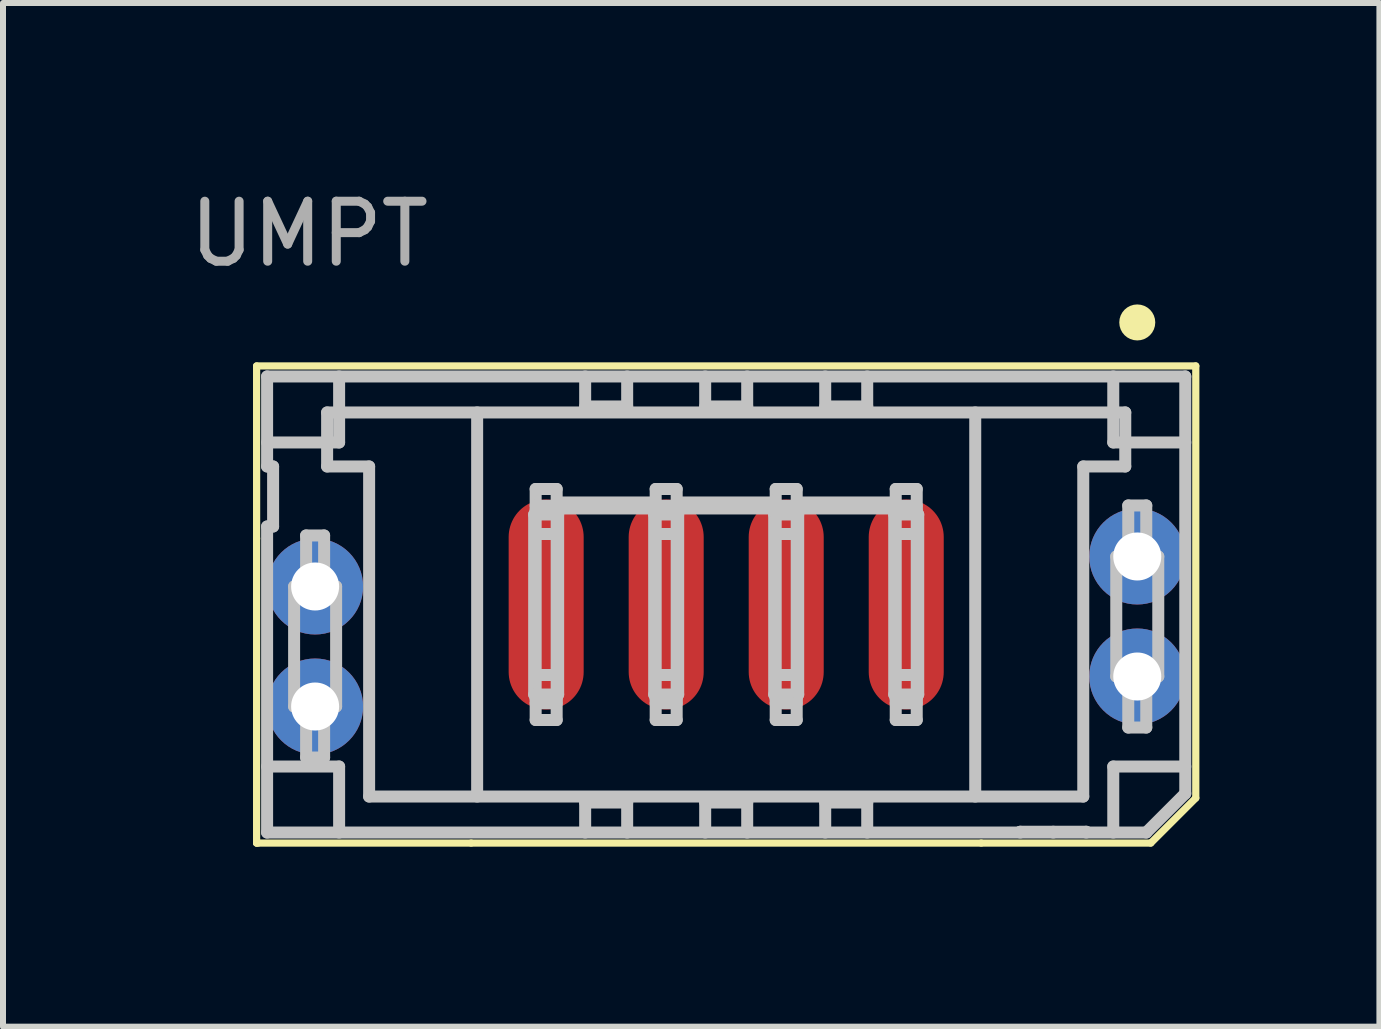
<source format=kicad_pcb>
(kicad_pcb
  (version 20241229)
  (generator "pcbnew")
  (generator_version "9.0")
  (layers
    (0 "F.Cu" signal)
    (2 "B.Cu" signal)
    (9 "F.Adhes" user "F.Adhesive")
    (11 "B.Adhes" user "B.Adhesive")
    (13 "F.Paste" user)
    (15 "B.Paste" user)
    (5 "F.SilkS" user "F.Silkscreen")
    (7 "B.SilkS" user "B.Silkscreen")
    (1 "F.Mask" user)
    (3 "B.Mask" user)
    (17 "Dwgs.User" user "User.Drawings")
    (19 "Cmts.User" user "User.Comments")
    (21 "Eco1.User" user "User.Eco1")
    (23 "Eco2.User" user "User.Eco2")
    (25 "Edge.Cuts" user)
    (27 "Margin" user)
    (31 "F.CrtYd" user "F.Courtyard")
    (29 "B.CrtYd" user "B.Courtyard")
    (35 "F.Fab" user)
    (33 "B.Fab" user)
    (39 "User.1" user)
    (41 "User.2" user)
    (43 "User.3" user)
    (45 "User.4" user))
  (footprint "UMPT"
    (layer "F.Cu")
    (at 9.051 7.023)
    (property "Reference" "UMPT" (at -6.95 -6.175 0) (layer "F.Fab") (effects (font (size 1 1) (thickness 0.15))))
    (attr through_hole)
    (fp_line (start -7.825 -3.975) (end 7.825 -3.975) (stroke (width 0.12) (type solid)) (layer "F.SilkS"))
    (fp_line (start -7.825 -3.95) (end -7.825 -3.975) (stroke (width 0.12) (type solid)) (layer "F.SilkS"))
    (fp_line (start -7.825 -1.1) (end -7.825 -3.95) (stroke (width 0.12) (type solid)) (layer "F.SilkS"))
    (fp_line (start -7.825 3.975) (end -7.825 -1.1) (stroke (width 0.12) (type solid)) (layer "F.SilkS"))
    (fp_line (start -7.825 3.975) (end -4.25 3.975) (stroke (width 0.12) (type solid)) (layer "F.SilkS"))
    (fp_line (start -7.8 3.975) (end -7.825 3.975) (stroke (width 0.12) (type solid)) (layer "F.SilkS"))
    (fp_line (start -4.25 3.975) (end 4.25 3.975) (stroke (width 0.12) (type solid)) (layer "F.SilkS"))
    (fp_line (start 7.075 3.975) (end 4.25 3.975) (stroke (width 0.12) (type solid)) (layer "F.SilkS"))
    (fp_line (start 7.825 -3.975) (end 7.825 3.225) (stroke (width 0.12) (type solid)) (layer "F.SilkS"))
    (fp_line (start 7.825 3.225) (end 7.075 3.975) (stroke (width 0.12) (type solid)) (layer "F.SilkS"))
    (fp_circle (center 6.85 -4.7) (end 7 -4.7) (stroke (width 0.3) (type solid)) (fill no) (layer "F.SilkS"))
    (fp_line (start -7.65 -3.8) (end -7.65 -2.3) (stroke (width 0.2) (type solid)) (layer "Dwgs.User"))
    (fp_line (start -7.65 -2.3) (end -7.55 -2.3) (stroke (width 0.2) (type solid)) (layer "Dwgs.User"))
    (fp_line (start -7.65 -1.3) (end -7.65 3.8) (stroke (width 0.2) (type solid)) (layer "Dwgs.User"))
    (fp_line (start -7.65 2.7) (end -6.45 2.7) (stroke (width 0.2) (type solid)) (layer "Dwgs.User"))
    (fp_line (start -7.65 3.8) (end 7 3.8) (stroke (width 0.2) (type solid)) (layer "Dwgs.User"))
    (fp_line (start -7.55 -2.3) (end -7.55 -1.3) (stroke (width 0.2) (type solid)) (layer "Dwgs.User"))
    (fp_line (start -7.55 -1.3) (end -7.65 -1.3) (stroke (width 0.2) (type solid)) (layer "Dwgs.User"))
    (fp_line (start -7.2 -0.3) (end -7.2 1.7) (stroke (width 0.2) (type solid)) (layer "Dwgs.User"))
    (fp_line (start -7.2 1.7) (end -7 1.7) (stroke (width 0.2) (type solid)) (layer "Dwgs.User"))
    (fp_line (start -7 -1.15) (end -7 -0.3) (stroke (width 0.2) (type solid)) (layer "Dwgs.User"))
    (fp_line (start -7 -0.3) (end -7.2 -0.3) (stroke (width 0.2) (type solid)) (layer "Dwgs.User"))
    (fp_line (start -7 1.7) (end -7 2.55) (stroke (width 0.2) (type solid)) (layer "Dwgs.User"))
    (fp_line (start -7 2.55) (end -6.7 2.55) (stroke (width 0.2) (type solid)) (layer "Dwgs.User"))
    (fp_line (start -6.7 -1.15) (end -7 -1.15) (stroke (width 0.2) (type solid)) (layer "Dwgs.User"))
    (fp_line (start -6.7 -0.3) (end -6.7 -1.15) (stroke (width 0.2) (type solid)) (layer "Dwgs.User"))
    (fp_line (start -6.7 1.7) (end -6.5 1.7) (stroke (width 0.2) (type solid)) (layer "Dwgs.User"))
    (fp_line (start -6.7 2.55) (end -6.7 1.7) (stroke (width 0.2) (type solid)) (layer "Dwgs.User"))
    (fp_line (start -6.65 -3.2) (end -6.65 -2.3) (stroke (width 0.2) (type solid)) (layer "Dwgs.User"))
    (fp_line (start -6.65 -2.3) (end -5.95 -2.3) (stroke (width 0.2) (type solid)) (layer "Dwgs.User"))
    (fp_line (start -6.5 -0.3) (end -6.7 -0.3) (stroke (width 0.2) (type solid)) (layer "Dwgs.User"))
    (fp_line (start -6.5 1.7) (end -6.5 -0.3) (stroke (width 0.2) (type solid)) (layer "Dwgs.User"))
    (fp_line (start -6.45 -2.7) (end -7.65 -2.7) (stroke (width 0.2) (type solid)) (layer "Dwgs.User"))
    (fp_line (start -6.45 2.7) (end -6.45 3.8) (stroke (width 0.2) (type solid)) (layer "Dwgs.User"))
    (fp_line (start -6.45 -3.8) (end -6.45 -2.7) (stroke (width 0.2) (type solid)) (layer "Dwgs.User"))
    (fp_line (start -5.95 -2.3) (end -5.95 3.2) (stroke (width 0.2) (type solid)) (layer "Dwgs.User"))
    (fp_line (start -5.95 3.2) (end 5.95 3.2) (stroke (width 0.2) (type solid)) (layer "Dwgs.User"))
    (fp_line (start -4.15 3.2) (end -4.15 -3.2) (stroke (width 0.2) (type solid)) (layer "Dwgs.User"))
    (fp_line (start -3.2 -1.5) (end -3.2 1.5) (stroke (width 0.2) (type solid)) (layer "Dwgs.User"))
    (fp_line (start -3.2 1.5) (end -3.175 1.5) (stroke (width 0.2) (type solid)) (layer "Dwgs.User"))
    (fp_line (start -3.175 -1.925) (end -3.175 1.925) (stroke (width 0.2) (type solid)) (layer "Dwgs.User"))
    (fp_line (start -3.175 -1.645) (end -2.825 -1.645) (stroke (width 0.2) (type solid)) (layer "Dwgs.User"))
    (fp_line (start -3.175 -1.5) (end -3.2 -1.5) (stroke (width 0.2) (type solid)) (layer "Dwgs.User"))
    (fp_line (start -3.175 1.5) (end -2.825 1.5) (stroke (width 0.2) (type solid)) (layer "Dwgs.User"))
    (fp_line (start -2.825 -1.925) (end -3.175 -1.925) (stroke (width 0.2) (type solid)) (layer "Dwgs.User"))
    (fp_line (start -2.825 -1.575) (end -3.175 -1.575) (stroke (width 0.2) (type solid)) (layer "Dwgs.User"))
    (fp_line (start -2.825 -1.5) (end -3.175 -1.5) (stroke (width 0.2) (type solid)) (layer "Dwgs.User"))
    (fp_line (start -2.825 -1.175) (end -3.175 -1.175) (stroke (width 0.2) (type solid)) (layer "Dwgs.User"))
    (fp_line (start -2.825 1.175) (end -3.175 1.175) (stroke (width 0.2) (type solid)) (layer "Dwgs.User"))
    (fp_line (start -2.825 1.5) (end -2.8 1.5) (stroke (width 0.2) (type solid)) (layer "Dwgs.User"))
    (fp_line (start -2.825 1.575) (end -3.175 1.575) (stroke (width 0.2) (type solid)) (layer "Dwgs.User"))
    (fp_line (start -2.825 1.645) (end -3.175 1.645) (stroke (width 0.2) (type solid)) (layer "Dwgs.User"))
    (fp_line (start -2.825 1.925) (end -3.175 1.925) (stroke (width 0.2) (type solid)) (layer "Dwgs.User"))
    (fp_line (start -2.825 1.925) (end -2.825 -1.925) (stroke (width 0.2) (type solid)) (layer "Dwgs.User"))
    (fp_line (start -2.8 -1.5) (end -2.825 -1.5) (stroke (width 0.2) (type solid)) (layer "Dwgs.User"))
    (fp_line (start -2.8 1.5) (end -2.8 -1.5) (stroke (width 0.2) (type solid)) (layer "Dwgs.User"))
    (fp_line (start -2.35 -3.3) (end -2.35 -3.8) (stroke (width 0.2) (type solid)) (layer "Dwgs.User"))
    (fp_line (start -2.35 3.3) (end -2.35 3.8) (stroke (width 0.2) (type solid)) (layer "Dwgs.User"))
    (fp_line (start -1.65 -3.3) (end -2.35 -3.3) (stroke (width 0.2) (type solid)) (layer "Dwgs.User"))
    (fp_line (start -1.65 -3.3) (end -1.65 -3.8) (stroke (width 0.2) (type solid)) (layer "Dwgs.User"))
    (fp_line (start -1.65 3.3) (end -2.35 3.3) (stroke (width 0.2) (type solid)) (layer "Dwgs.User"))
    (fp_line (start -1.65 3.3) (end -1.65 3.8) (stroke (width 0.2) (type solid)) (layer "Dwgs.User"))
    (fp_line (start -1.2 -1.5) (end -1.2 1.5) (stroke (width 0.2) (type solid)) (layer "Dwgs.User"))
    (fp_line (start -1.2 1.5) (end -1.175 1.5) (stroke (width 0.2) (type solid)) (layer "Dwgs.User"))
    (fp_line (start -1.175 -1.925) (end -1.175 1.925) (stroke (width 0.2) (type solid)) (layer "Dwgs.User"))
    (fp_line (start -1.175 -1.7) (end -2.825 -1.7) (stroke (width 0.2) (type solid)) (layer "Dwgs.User"))
    (fp_line (start -1.175 -1.6) (end -2.825 -1.6) (stroke (width 0.2) (type solid)) (layer "Dwgs.User"))
    (fp_line (start -1.175 -1.5) (end -1.2 -1.5) (stroke (width 0.2) (type solid)) (layer "Dwgs.User"))
    (fp_line (start -1.175 1.5) (end -0.825 1.5) (stroke (width 0.2) (type solid)) (layer "Dwgs.User"))
    (fp_line (start -0.825 -1.925) (end -1.175 -1.925) (stroke (width 0.2) (type solid)) (layer "Dwgs.User"))
    (fp_line (start -0.825 -1.645) (end -1.175 -1.645) (stroke (width 0.2) (type solid)) (layer "Dwgs.User"))
    (fp_line (start -0.825 -1.575) (end -1.175 -1.575) (stroke (width 0.2) (type solid)) (layer "Dwgs.User"))
    (fp_line (start -0.825 -1.5) (end -1.175 -1.5) (stroke (width 0.2) (type solid)) (layer "Dwgs.User"))
    (fp_line (start -0.825 -1.175) (end -1.175 -1.175) (stroke (width 0.2) (type solid)) (layer "Dwgs.User"))
    (fp_line (start -0.825 1.175) (end -1.175 1.175) (stroke (width 0.2) (type solid)) (layer "Dwgs.User"))
    (fp_line (start -0.825 1.5) (end -0.8 1.5) (stroke (width 0.2) (type solid)) (layer "Dwgs.User"))
    (fp_line (start -0.825 1.575) (end -1.175 1.575) (stroke (width 0.2) (type solid)) (layer "Dwgs.User"))
    (fp_line (start -0.825 1.645) (end -1.175 1.645) (stroke (width 0.2) (type solid)) (layer "Dwgs.User"))
    (fp_line (start -0.825 1.925) (end -1.175 1.925) (stroke (width 0.2) (type solid)) (layer "Dwgs.User"))
    (fp_line (start -0.825 1.925) (end -0.825 -1.925) (stroke (width 0.2) (type solid)) (layer "Dwgs.User"))
    (fp_line (start -0.8 -1.5) (end -0.825 -1.5) (stroke (width 0.2) (type solid)) (layer "Dwgs.User"))
    (fp_line (start -0.8 1.5) (end -0.8 -1.5) (stroke (width 0.2) (type solid)) (layer "Dwgs.User"))
    (fp_line (start -0.35 -3.3) (end -0.35 -3.8) (stroke (width 0.2) (type solid)) (layer "Dwgs.User"))
    (fp_line (start -0.35 3.3) (end -0.35 3.8) (stroke (width 0.2) (type solid)) (layer "Dwgs.User"))
    (fp_line (start 0.35 -3.3) (end -0.35 -3.3) (stroke (width 0.2) (type solid)) (layer "Dwgs.User"))
    (fp_line (start 0.35 -3.3) (end 0.35 -3.8) (stroke (width 0.2) (type solid)) (layer "Dwgs.User"))
    (fp_line (start 0.35 3.3) (end -0.35 3.3) (stroke (width 0.2) (type solid)) (layer "Dwgs.User"))
    (fp_line (start 0.35 3.3) (end 0.35 3.8) (stroke (width 0.2) (type solid)) (layer "Dwgs.User"))
    (fp_line (start 0.8 -1.5) (end 0.8 1.5) (stroke (width 0.2) (type solid)) (layer "Dwgs.User"))
    (fp_line (start 0.8 1.5) (end 0.825 1.5) (stroke (width 0.2) (type solid)) (layer "Dwgs.User"))
    (fp_line (start 0.825 -1.925) (end 0.825 1.925) (stroke (width 0.2) (type solid)) (layer "Dwgs.User"))
    (fp_line (start 0.825 -1.7) (end -0.825 -1.7) (stroke (width 0.2) (type solid)) (layer "Dwgs.User"))
    (fp_line (start 0.825 -1.6) (end -0.825 -1.6) (stroke (width 0.2) (type solid)) (layer "Dwgs.User"))
    (fp_line (start 0.825 -1.5) (end 0.8 -1.5) (stroke (width 0.2) (type solid)) (layer "Dwgs.User"))
    (fp_line (start 0.825 1.5) (end 1.175 1.5) (stroke (width 0.2) (type solid)) (layer "Dwgs.User"))
    (fp_line (start 1.175 -1.925) (end 0.825 -1.925) (stroke (width 0.2) (type solid)) (layer "Dwgs.User"))
    (fp_line (start 1.175 -1.645) (end 0.825 -1.645) (stroke (width 0.2) (type solid)) (layer "Dwgs.User"))
    (fp_line (start 1.175 -1.575) (end 0.825 -1.575) (stroke (width 0.2) (type solid)) (layer "Dwgs.User"))
    (fp_line (start 1.175 -1.5) (end 0.825 -1.5) (stroke (width 0.2) (type solid)) (layer "Dwgs.User"))
    (fp_line (start 1.175 -1.175) (end 0.825 -1.175) (stroke (width 0.2) (type solid)) (layer "Dwgs.User"))
    (fp_line (start 1.175 1.175) (end 0.825 1.175) (stroke (width 0.2) (type solid)) (layer "Dwgs.User"))
    (fp_line (start 1.175 1.5) (end 1.2 1.5) (stroke (width 0.2) (type solid)) (layer "Dwgs.User"))
    (fp_line (start 1.175 1.575) (end 0.825 1.575) (stroke (width 0.2) (type solid)) (layer "Dwgs.User"))
    (fp_line (start 1.175 1.645) (end 0.825 1.645) (stroke (width 0.2) (type solid)) (layer "Dwgs.User"))
    (fp_line (start 1.175 1.925) (end 0.825 1.925) (stroke (width 0.2) (type solid)) (layer "Dwgs.User"))
    (fp_line (start 1.175 1.925) (end 1.175 -1.925) (stroke (width 0.2) (type solid)) (layer "Dwgs.User"))
    (fp_line (start 1.2 -1.5) (end 1.175 -1.5) (stroke (width 0.2) (type solid)) (layer "Dwgs.User"))
    (fp_line (start 1.2 1.5) (end 1.2 -1.5) (stroke (width 0.2) (type solid)) (layer "Dwgs.User"))
    (fp_line (start 1.65 -3.3) (end 1.65 -3.8) (stroke (width 0.2) (type solid)) (layer "Dwgs.User"))
    (fp_line (start 1.65 3.3) (end 1.65 3.8) (stroke (width 0.2) (type solid)) (layer "Dwgs.User"))
    (fp_line (start 2.35 -3.3) (end 1.65 -3.3) (stroke (width 0.2) (type solid)) (layer "Dwgs.User"))
    (fp_line (start 2.35 -3.3) (end 2.35 -3.8) (stroke (width 0.2) (type solid)) (layer "Dwgs.User"))
    (fp_line (start 2.35 3.3) (end 1.65 3.3) (stroke (width 0.2) (type solid)) (layer "Dwgs.User"))
    (fp_line (start 2.35 3.3) (end 2.35 3.8) (stroke (width 0.2) (type solid)) (layer "Dwgs.User"))
    (fp_line (start 2.8 -1.5) (end 2.8 1.5) (stroke (width 0.2) (type solid)) (layer "Dwgs.User"))
    (fp_line (start 2.8 1.5) (end 2.825 1.5) (stroke (width 0.2) (type solid)) (layer "Dwgs.User"))
    (fp_line (start 2.825 -1.925) (end 2.825 1.925) (stroke (width 0.2) (type solid)) (layer "Dwgs.User"))
    (fp_line (start 2.825 -1.7) (end 1.175 -1.7) (stroke (width 0.2) (type solid)) (layer "Dwgs.User"))
    (fp_line (start 2.825 -1.6) (end 1.175 -1.6) (stroke (width 0.2) (type solid)) (layer "Dwgs.User"))
    (fp_line (start 2.825 -1.5) (end 2.8 -1.5) (stroke (width 0.2) (type solid)) (layer "Dwgs.User"))
    (fp_line (start 2.825 1.5) (end 3.175 1.5) (stroke (width 0.2) (type solid)) (layer "Dwgs.User"))
    (fp_line (start 3.175 -1.925) (end 2.825 -1.925) (stroke (width 0.2) (type solid)) (layer "Dwgs.User"))
    (fp_line (start 3.175 -1.645) (end 2.825 -1.645) (stroke (width 0.2) (type solid)) (layer "Dwgs.User"))
    (fp_line (start 3.175 -1.575) (end 2.825 -1.575) (stroke (width 0.2) (type solid)) (layer "Dwgs.User"))
    (fp_line (start 3.175 -1.5) (end 2.825 -1.5) (stroke (width 0.2) (type solid)) (layer "Dwgs.User"))
    (fp_line (start 3.175 -1.175) (end 2.825 -1.175) (stroke (width 0.2) (type solid)) (layer "Dwgs.User"))
    (fp_line (start 3.175 1.175) (end 2.825 1.175) (stroke (width 0.2) (type solid)) (layer "Dwgs.User"))
    (fp_line (start 3.175 1.5) (end 3.2 1.5) (stroke (width 0.2) (type solid)) (layer "Dwgs.User"))
    (fp_line (start 3.175 1.575) (end 2.825 1.575) (stroke (width 0.2) (type solid)) (layer "Dwgs.User"))
    (fp_line (start 3.175 1.645) (end 2.825 1.645) (stroke (width 0.2) (type solid)) (layer "Dwgs.User"))
    (fp_line (start 3.175 1.925) (end 2.825 1.925) (stroke (width 0.2) (type solid)) (layer "Dwgs.User"))
    (fp_line (start 3.175 1.925) (end 3.175 -1.925) (stroke (width 0.2) (type solid)) (layer "Dwgs.User"))
    (fp_line (start 3.2 -1.5) (end 3.175 -1.5) (stroke (width 0.2) (type solid)) (layer "Dwgs.User"))
    (fp_line (start 3.2 1.5) (end 3.2 -1.5) (stroke (width 0.2) (type solid)) (layer "Dwgs.User"))
    (fp_line (start 4.15 -3.2) (end 4.15 3.2) (stroke (width 0.2) (type solid)) (layer "Dwgs.User"))
    (fp_line (start 4.9 3.787) (end 4.9 3.8) (stroke (width 0.2) (type solid)) (layer "Dwgs.User"))
    (fp_line (start 5.45 3.787) (end 5.45 3.8) (stroke (width 0.2) (type solid)) (layer "Dwgs.User"))
    (fp_line (start 5.95 -2.3) (end 6.65 -2.3) (stroke (width 0.2) (type solid)) (layer "Dwgs.User"))
    (fp_line (start 5.95 3.2) (end 5.95 -2.3) (stroke (width 0.2) (type solid)) (layer "Dwgs.User"))
    (fp_line (start 6 3.787) (end 4.9 3.787) (stroke (width 0.2) (type solid)) (layer "Dwgs.User"))
    (fp_line (start 6 3.787) (end 6 3.8) (stroke (width 0.2) (type solid)) (layer "Dwgs.User"))
    (fp_line (start 6.45 3.8) (end 6.45 2.7) (stroke (width 0.2) (type solid)) (layer "Dwgs.User"))
    (fp_line (start 6.45 -2.7) (end 6.45 -3.8) (stroke (width 0.2) (type solid)) (layer "Dwgs.User"))
    (fp_line (start 6.45 2.7) (end 7.65 2.7) (stroke (width 0.2) (type solid)) (layer "Dwgs.User"))
    (fp_line (start 6.5 -0.8) (end 6.5 1.2) (stroke (width 0.2) (type solid)) (layer "Dwgs.User"))
    (fp_line (start 6.5 1.2) (end 6.7 1.2) (stroke (width 0.2) (type solid)) (layer "Dwgs.User"))
    (fp_line (start 6.65 -3.2) (end -6.65 -3.2) (stroke (width 0.2) (type solid)) (layer "Dwgs.User"))
    (fp_line (start 6.65 -2.3) (end 6.65 -3.2) (stroke (width 0.2) (type solid)) (layer "Dwgs.User"))
    (fp_line (start 6.7 -1.65) (end 6.7 -0.8) (stroke (width 0.2) (type solid)) (layer "Dwgs.User"))
    (fp_line (start 6.7 -0.8) (end 6.5 -0.8) (stroke (width 0.2) (type solid)) (layer "Dwgs.User"))
    (fp_line (start 6.7 1.2) (end 6.7 2.05) (stroke (width 0.2) (type solid)) (layer "Dwgs.User"))
    (fp_line (start 6.7 2.05) (end 7 2.05) (stroke (width 0.2) (type solid)) (layer "Dwgs.User"))
    (fp_line (start 7 3.8) (end 7.65 3.15) (stroke (width 0.2) (type solid)) (layer "Dwgs.User"))
    (fp_line (start 7 -1.65) (end 6.7 -1.65) (stroke (width 0.2) (type solid)) (layer "Dwgs.User"))
    (fp_line (start 7 -0.8) (end 7 -1.65) (stroke (width 0.2) (type solid)) (layer "Dwgs.User"))
    (fp_line (start 7 1.2) (end 7.2 1.2) (stroke (width 0.2) (type solid)) (layer "Dwgs.User"))
    (fp_line (start 7 2.05) (end 7 1.2) (stroke (width 0.2) (type solid)) (layer "Dwgs.User"))
    (fp_line (start 7.2 -0.8) (end 7 -0.8) (stroke (width 0.2) (type solid)) (layer "Dwgs.User"))
    (fp_line (start 7.2 1.2) (end 7.2 -0.8) (stroke (width 0.2) (type solid)) (layer "Dwgs.User"))
    (fp_line (start 7.65 -3.8) (end -7.65 -3.8) (stroke (width 0.2) (type solid)) (layer "Dwgs.User"))
    (fp_line (start 7.65 -2.7) (end 6.45 -2.7) (stroke (width 0.2) (type solid)) (layer "Dwgs.User"))
    (fp_line (start 7.65 3.15) (end 7.65 -3.8) (stroke (width 0.2) (type solid)) (layer "Dwgs.User"))
    (pad "1" smd oval (at 3 0) (size 1.25 3.5) (layers "F.Cu" "F.Mask" "F.Paste"))
    (pad "2" smd oval (at 1 0) (size 1.25 3.5) (layers "F.Cu" "F.Mask" "F.Paste"))
    (pad "3" smd oval (at -1 0) (size 1.25 3.5) (layers "F.Cu" "F.Mask" "F.Paste"))
    (pad "4" smd oval (at -3 0) (size 1.25 3.5) (layers "F.Cu" "F.Mask" "F.Paste"))
    (pad "5" thru_hole circle (at -6.85 -0.3) (size 1.6 1.6) (drill 0.8) (layers "*.Cu" "*.Mask"))
    (pad "6" thru_hole circle (at -6.85 1.7) (size 1.6 1.6) (drill 0.8) (layers "*.Cu" "*.Mask"))
    (pad "7" thru_hole circle (at 6.85 -0.8) (size 1.6 1.6) (drill 0.8) (layers "*.Cu" "*.Mask"))
    (pad "8" thru_hole circle (at 6.85 1.2) (size 1.6 1.6) (drill 0.8) (layers "*.Cu" "*.Mask")))
  (gr_rect
    (start -3 -3)
    (end 19.936 14.058)
    (stroke (width 0.1) (type default))
    (fill no)
    (layer "Edge.Cuts")))
</source>
